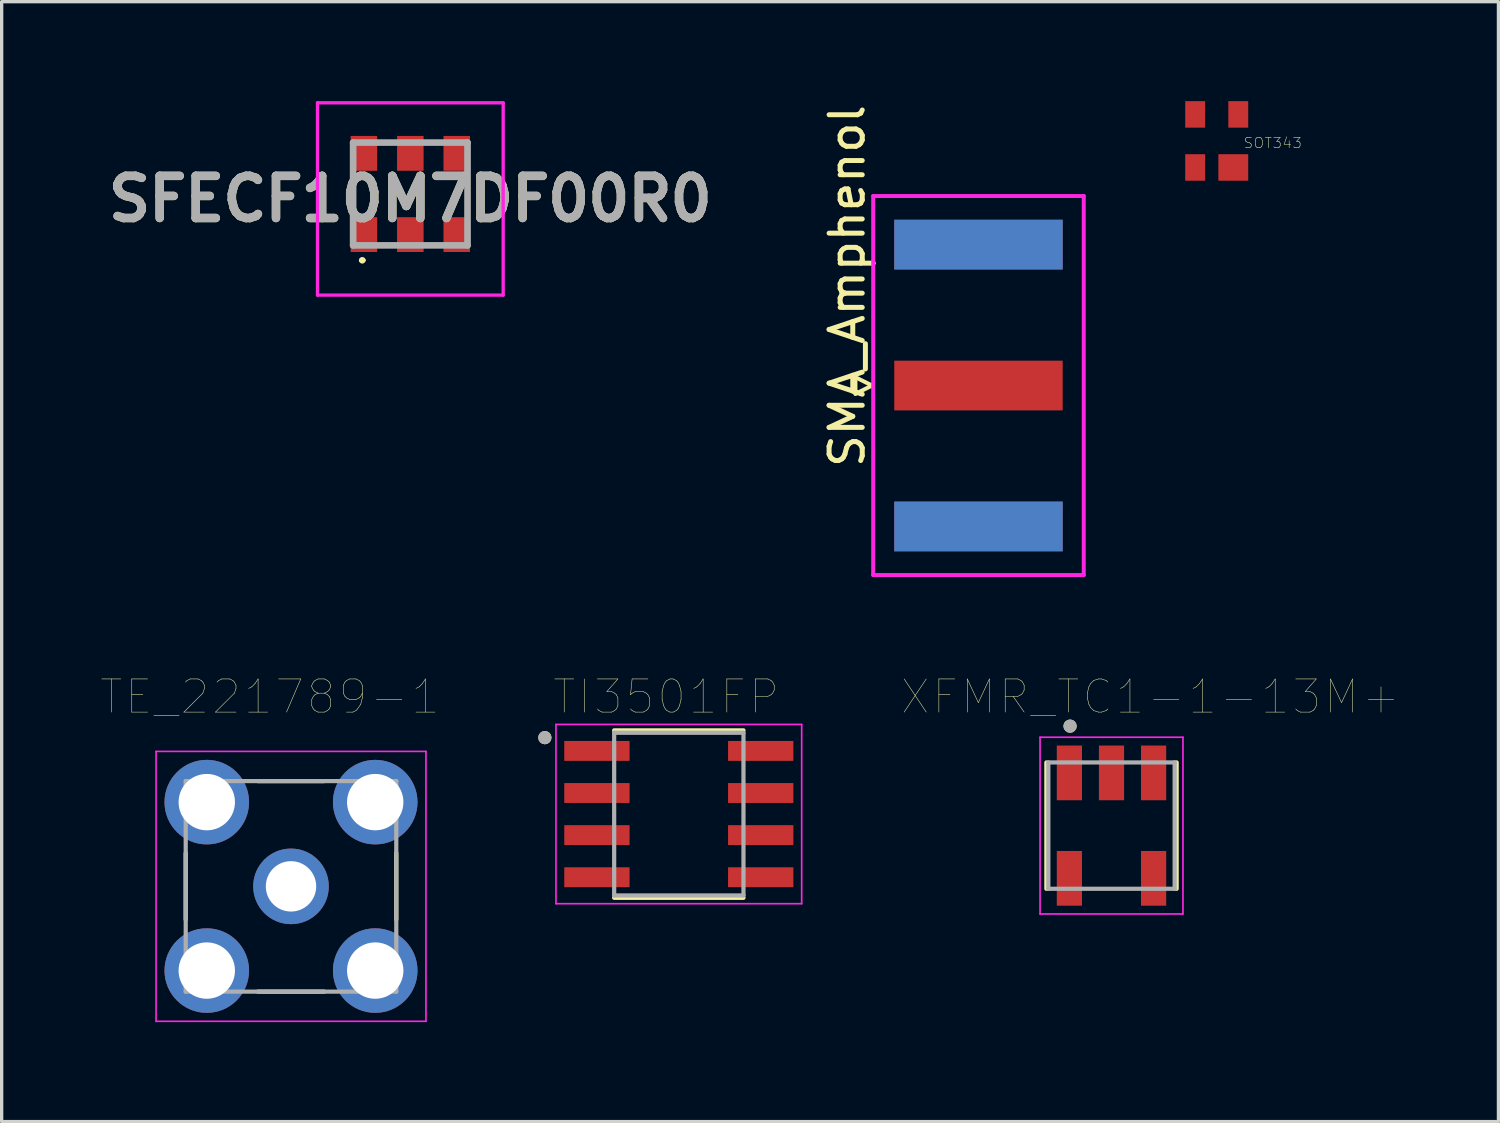
<source format=kicad_pcb>
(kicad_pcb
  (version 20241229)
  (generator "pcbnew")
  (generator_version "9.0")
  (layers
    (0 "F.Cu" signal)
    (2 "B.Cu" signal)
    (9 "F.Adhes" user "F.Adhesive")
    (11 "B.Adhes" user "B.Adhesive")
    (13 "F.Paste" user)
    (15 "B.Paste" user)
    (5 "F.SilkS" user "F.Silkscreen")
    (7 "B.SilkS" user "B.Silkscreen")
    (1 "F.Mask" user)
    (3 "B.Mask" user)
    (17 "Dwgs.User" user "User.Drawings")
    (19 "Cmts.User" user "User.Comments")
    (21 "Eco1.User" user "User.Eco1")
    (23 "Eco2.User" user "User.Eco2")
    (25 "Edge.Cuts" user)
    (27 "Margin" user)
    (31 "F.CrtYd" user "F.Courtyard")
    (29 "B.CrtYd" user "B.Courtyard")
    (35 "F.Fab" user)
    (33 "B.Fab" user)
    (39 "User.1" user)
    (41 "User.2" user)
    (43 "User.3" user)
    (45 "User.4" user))
  (footprint "SOT343"
    (layer "F.Cu")
    (at 33.644 1.2)
    (property "Reference" "SOT343" (at 1.69 0.06 180) (layer "F.SilkS") (effects (font (size 0.315 0.315) (thickness 0.015))))
    (attr through_hole)
    (pad "1" smd rect (at 0.5 0.8) (size 0.9 0.8) (layers "F.Cu" "F.Mask" "F.Paste"))
    (pad "2" smd rect (at -0.65 0.8) (size 0.6 0.8) (layers "F.Cu" "F.Mask" "F.Paste"))
    (pad "3" smd rect (at -0.65 -0.8) (size 0.6 0.8) (layers "F.Cu" "F.Mask" "F.Paste"))
    (pad "4" smd rect (at 0.65 -0.8) (size 0.6 0.8) (layers "F.Cu" "F.Mask" "F.Paste")))
  (footprint "TI3501FP"
    (layer "F.Cu")
    (at 17.422 21.501)
    (property "Reference" "TI3501FP" (at -0.385 -3.537 0) (layer "F.SilkS") (effects (font (size 1 1) (thickness 0.015))))
    (attr through_hole)
    (fp_line (start -1.95 -2.525) (end 1.95 -2.525) (stroke (width 0.127) (type solid)) (layer "F.SilkS"))
    (fp_line (start -1.95 2.525) (end 1.95 2.525) (stroke (width 0.127) (type solid)) (layer "F.SilkS"))
    (fp_circle (center -4.04 -2.305) (end -3.94 -2.305) (stroke (width 0.2) (type solid)) (fill no) (layer "F.SilkS"))
    (fp_line (start -3.705 -2.703) (end -3.705 2.703) (stroke (width 0.05) (type solid)) (layer "F.CrtYd"))
    (fp_line (start -3.705 -2.703) (end 3.705 -2.703) (stroke (width 0.05) (type solid)) (layer "F.CrtYd"))
    (fp_line (start -3.705 2.703) (end 3.705 2.703) (stroke (width 0.05) (type solid)) (layer "F.CrtYd"))
    (fp_line (start 3.705 -2.703) (end 3.705 2.703) (stroke (width 0.05) (type solid)) (layer "F.CrtYd"))
    (fp_line (start -1.95 -2.453) (end -1.95 2.453) (stroke (width 0.127) (type solid)) (layer "F.Fab"))
    (fp_line (start -1.95 -2.453) (end 1.95 -2.453) (stroke (width 0.127) (type solid)) (layer "F.Fab"))
    (fp_line (start -1.95 2.453) (end 1.95 2.453) (stroke (width 0.127) (type solid)) (layer "F.Fab"))
    (fp_line (start 1.95 -2.453) (end 1.95 2.453) (stroke (width 0.127) (type solid)) (layer "F.Fab"))
    (fp_circle (center -4.04 -2.305) (end -3.94 -2.305) (stroke (width 0.2) (type solid)) (fill no) (layer "F.Fab"))
    (pad "1" smd rect (at -2.47 -1.905) (size 1.97 0.6) (layers "F.Cu" "F.Mask" "F.Paste"))
    (pad "2" smd rect (at -2.47 -0.635) (size 1.97 0.6) (layers "F.Cu" "F.Mask" "F.Paste"))
    (pad "3" smd rect (at -2.47 0.635) (size 1.97 0.6) (layers "F.Cu" "F.Mask" "F.Paste"))
    (pad "4" smd rect (at -2.47 1.905) (size 1.97 0.6) (layers "F.Cu" "F.Mask" "F.Paste"))
    (pad "5" smd rect (at 2.47 1.905) (size 1.97 0.6) (layers "F.Cu" "F.Mask" "F.Paste"))
    (pad "6" smd rect (at 2.47 0.635) (size 1.97 0.6) (layers "F.Cu" "F.Mask" "F.Paste"))
    (pad "7" smd rect (at 2.47 -0.635) (size 1.97 0.6) (layers "F.Cu" "F.Mask" "F.Paste"))
    (pad "8" smd rect (at 2.47 -1.905) (size 1.97 0.6) (layers "F.Cu" "F.Mask" "F.Paste")))
  (footprint "XFMR_TC1-1-13M+"
    (layer "F.Cu")
    (at 30.471 21.849)
    (property "Reference" "XFMR_TC1-1-13M+" (at 1.175 -3.885 0) (layer "F.SilkS") (effects (font (size 1 1) (thickness 0.015))))
    (attr through_hole)
    (fp_line (start -1.964 1.905) (end -1.964 -1.905) (stroke (width 0.127) (type solid)) (layer "F.SilkS"))
    (fp_line (start 1.964 -1.905) (end 1.964 1.905) (stroke (width 0.127) (type solid)) (layer "F.SilkS"))
    (fp_circle (center -1.25 -3) (end -1.15 -3) (stroke (width 0.2) (type solid)) (fill no) (layer "F.SilkS"))
    (fp_line (start -2.155 -2.665) (end 2.155 -2.665) (stroke (width 0.05) (type solid)) (layer "F.CrtYd"))
    (fp_line (start -2.155 2.665) (end -2.155 -2.665) (stroke (width 0.05) (type solid)) (layer "F.CrtYd"))
    (fp_line (start 2.155 -2.665) (end 2.155 2.665) (stroke (width 0.05) (type solid)) (layer "F.CrtYd"))
    (fp_line (start 2.155 2.665) (end -2.155 2.665) (stroke (width 0.05) (type solid)) (layer "F.CrtYd"))
    (fp_line (start -1.905 -1.905) (end -1.905 1.905) (stroke (width 0.127) (type solid)) (layer "F.Fab"))
    (fp_line (start -1.905 -1.905) (end 1.905 -1.905) (stroke (width 0.127) (type solid)) (layer "F.Fab"))
    (fp_line (start 1.905 -1.905) (end 1.905 1.905) (stroke (width 0.127) (type solid)) (layer "F.Fab"))
    (fp_line (start 1.905 1.905) (end -1.905 1.905) (stroke (width 0.127) (type solid)) (layer "F.Fab"))
    (fp_circle (center -1.25 -3) (end -1.15 -3) (stroke (width 0.2) (type solid)) (fill no) (layer "F.Fab"))
    (pad "1" smd rect (at -1.27 -1.59) (size 0.76 1.65) (layers "F.Cu" "F.Mask" "F.Paste"))
    (pad "2" smd rect (at 0 -1.59) (size 0.76 1.65) (layers "F.Cu" "F.Mask" "F.Paste"))
    (pad "3" smd rect (at 1.27 -1.59) (size 0.76 1.65) (layers "F.Cu" "F.Mask" "F.Paste"))
    (pad "4" smd rect (at 1.27 1.59) (size 0.76 1.65) (layers "F.Cu" "F.Mask" "F.Paste"))
    (pad "6" smd rect (at -1.27 1.59) (size 0.76 1.65) (layers "F.Cu" "F.Mask" "F.Paste")))
  (footprint "TE_221789-1"
    (layer "F.Cu")
    (at 5.726 23.681)
    (property "Reference" "TE_221789-1" (at -0.635 -5.717 0) (layer "F.SilkS") (effects (font (size 1 1) (thickness 0.015))))
    (attr through_hole)
    (fp_line (start -3.175 1) (end -3.175 -1) (stroke (width 0.127) (type solid)) (layer "F.SilkS"))
    (fp_line (start -1 -3.175) (end 1 -3.175) (stroke (width 0.127) (type solid)) (layer "F.SilkS"))
    (fp_line (start 1 3.175) (end -1 3.175) (stroke (width 0.127) (type solid)) (layer "F.SilkS"))
    (fp_line (start 3.175 1) (end 3.175 -1) (stroke (width 0.127) (type solid)) (layer "F.SilkS"))
    (fp_line (start -4.07 -4.07) (end 4.07 -4.07) (stroke (width 0.05) (type solid)) (layer "F.CrtYd"))
    (fp_line (start -4.07 4.07) (end -4.07 -4.07) (stroke (width 0.05) (type solid)) (layer "F.CrtYd"))
    (fp_line (start 4.07 -4.07) (end 4.07 4.07) (stroke (width 0.05) (type solid)) (layer "F.CrtYd"))
    (fp_line (start 4.07 4.07) (end -4.07 4.07) (stroke (width 0.05) (type solid)) (layer "F.CrtYd"))
    (fp_line (start -3.175 -3.175) (end 3.175 -3.175) (stroke (width 0.127) (type solid)) (layer "F.Fab"))
    (fp_line (start -3.175 3.175) (end -3.175 -3.175) (stroke (width 0.127) (type solid)) (layer "F.Fab"))
    (fp_line (start 3.175 -3.175) (end 3.175 3.175) (stroke (width 0.127) (type solid)) (layer "F.Fab"))
    (fp_line (start 3.175 3.175) (end -3.175 3.175) (stroke (width 0.127) (type solid)) (layer "F.Fab"))
    (pad "1" thru_hole circle (at 0 0) (size 2.28 2.28) (drill 1.52) (layers "*.Cu" "*.Mask"))
    (pad "S1" thru_hole circle (at -2.54 -2.54) (size 2.55 2.55) (drill 1.7) (layers "*.Cu" "*.Mask"))
    (pad "S2" thru_hole circle (at 2.54 -2.54) (size 2.55 2.55) (drill 1.7) (layers "*.Cu" "*.Mask"))
    (pad "S3" thru_hole circle (at 2.54 2.54) (size 2.55 2.55) (drill 1.7) (layers "*.Cu" "*.Mask"))
    (pad "S4" thru_hole circle (at -2.54 2.54) (size 2.55 2.55) (drill 1.7) (layers "*.Cu" "*.Mask")))
  (footprint "SFECF10M7DF00R0"
    (layer "F.Cu")
    (at 9.325 2.95)
    (property "Reference" "SFECF10M7DF00R0" (at 0 0 0) (layer "F.SilkS") (effects (font (size 1.27 1.27) (thickness 0.254))))
    (attr smd)
    (fp_line (start -1.725 -0.65) (end -1.725 0.35) (stroke (width 0.1) (type solid)) (layer "F.SilkS"))
    (fp_line (start -1.5 1.85) (end -1.5 1.85) (stroke (width 0.1) (type solid)) (layer "F.SilkS"))
    (fp_line (start -1.4 1.85) (end -1.4 1.85) (stroke (width 0.1) (type solid)) (layer "F.SilkS"))
    (fp_line (start 1.725 -0.65) (end 1.725 0.35) (stroke (width 0.1) (type solid)) (layer "F.SilkS"))
    (fp_arc (start -1.5 1.85) (mid -1.45 1.8) (end -1.4 1.85) (stroke (width 0.1) (type solid)) (layer "F.SilkS"))
    (fp_arc (start -1.4 1.85) (mid -1.45 1.9) (end -1.5 1.85) (stroke (width 0.1) (type solid)) (layer "F.SilkS"))
    (fp_line (start -2.8 -2.9) (end 2.8 -2.9) (stroke (width 0.1) (type solid)) (layer "F.CrtYd"))
    (fp_line (start -2.8 2.9) (end -2.8 -2.9) (stroke (width 0.1) (type solid)) (layer "F.CrtYd"))
    (fp_line (start 2.8 -2.9) (end 2.8 2.9) (stroke (width 0.1) (type solid)) (layer "F.CrtYd"))
    (fp_line (start 2.8 2.9) (end -2.8 2.9) (stroke (width 0.1) (type solid)) (layer "F.CrtYd"))
    (fp_line (start -1.725 -1.7) (end 1.725 -1.7) (stroke (width 0.2) (type solid)) (layer "F.Fab"))
    (fp_line (start -1.725 1.4) (end -1.725 -1.7) (stroke (width 0.2) (type solid)) (layer "F.Fab"))
    (fp_line (start 1.725 -1.7) (end 1.725 1.4) (stroke (width 0.2) (type solid)) (layer "F.Fab"))
    (fp_line (start 1.725 1.4) (end -1.725 1.4) (stroke (width 0.2) (type solid)) (layer "F.Fab"))
    (fp_text user "${REFERENCE}" (at 0 0 0) (layer "F.Fab") (effects (font (size 1.27 1.27) (thickness 0.254))))
    (pad "1" smd rect (at -1.4 1.075) (size 0.8 1.05) (layers "F.Cu" "F.Mask" "F.Paste"))
    (pad "2" smd rect (at 0 1.075) (size 0.8 1.05) (layers "F.Cu" "F.Mask" "F.Paste"))
    (pad "3" smd rect (at 1.4 1.075) (size 0.8 1.05) (layers "F.Cu" "F.Mask" "F.Paste"))
    (pad "4" smd rect (at 1.4 -1.375) (size 0.8 1.05) (layers "F.Cu" "F.Mask" "F.Paste"))
    (pad "5" smd rect (at 0 -1.375) (size 0.8 1.05) (layers "F.Cu" "F.Mask" "F.Paste"))
    (pad "6" smd rect (at -1.4 -1.375) (size 0.8 1.05) (layers "F.Cu" "F.Mask" "F.Paste")))
  (footprint "SMA_Amphenol"
    (layer "F.Cu")
    (at 26.459 8.577)
    (property "Reference" "SMA_Amphenol" (at -3.96 -3 90) (layer "F.SilkS") (effects (font (size 1 1) (thickness 0.15))))
    (attr smd)
    (fp_line (start -3.71 -0.25) (end -3.71 0.25) (stroke (width 0.12) (type solid)) (layer "F.SilkS"))
    (fp_line (start -3.71 0.25) (end -3.21 0) (stroke (width 0.12) (type solid)) (layer "F.SilkS"))
    (fp_line (start -3.21 0) (end -3.71 -0.25) (stroke (width 0.12) (type solid)) (layer "F.SilkS"))
    (fp_line (start -3.175 -5.715) (end -3.175 5.715) (stroke (width 0.12) (type solid)) (layer "F.CrtYd"))
    (fp_line (start -3.175 5.715) (end 3.175 5.715) (stroke (width 0.12) (type solid)) (layer "F.CrtYd"))
    (fp_line (start 3.175 -5.715) (end -3.175 -5.715) (stroke (width 0.12) (type solid)) (layer "F.CrtYd"))
    (fp_line (start 3.175 5.715) (end 3.175 -5.715) (stroke (width 0.12) (type solid)) (layer "F.CrtYd"))
    (pad "1" smd rect (at 0 0 90) (size 1.5 5.08) (layers "F.Cu" "F.Mask" "F.Paste"))
    (pad "2" smd rect (at 0 -4.25 90) (size 1.5 5.08) (layers "F.Cu" "F.Mask" "F.Paste"))
    (pad "2" smd rect (at 0 -4.25 90) (size 1.5 5.08) (layers "B.Cu" "B.Mask" "B.Paste"))
    (pad "2" smd rect (at 0 4.25 90) (size 1.5 5.08) (layers "F.Cu" "F.Mask" "F.Paste"))
    (pad "2" smd rect (at 0 4.25 90) (size 1.5 5.08) (layers "B.Cu" "B.Mask" "B.Paste")))
  (gr_rect
    (start -3 -3)
    (end 42.14 30.776)
    (stroke (width 0.1) (type default))
    (fill no)
    (layer "Edge.Cuts")))
</source>
